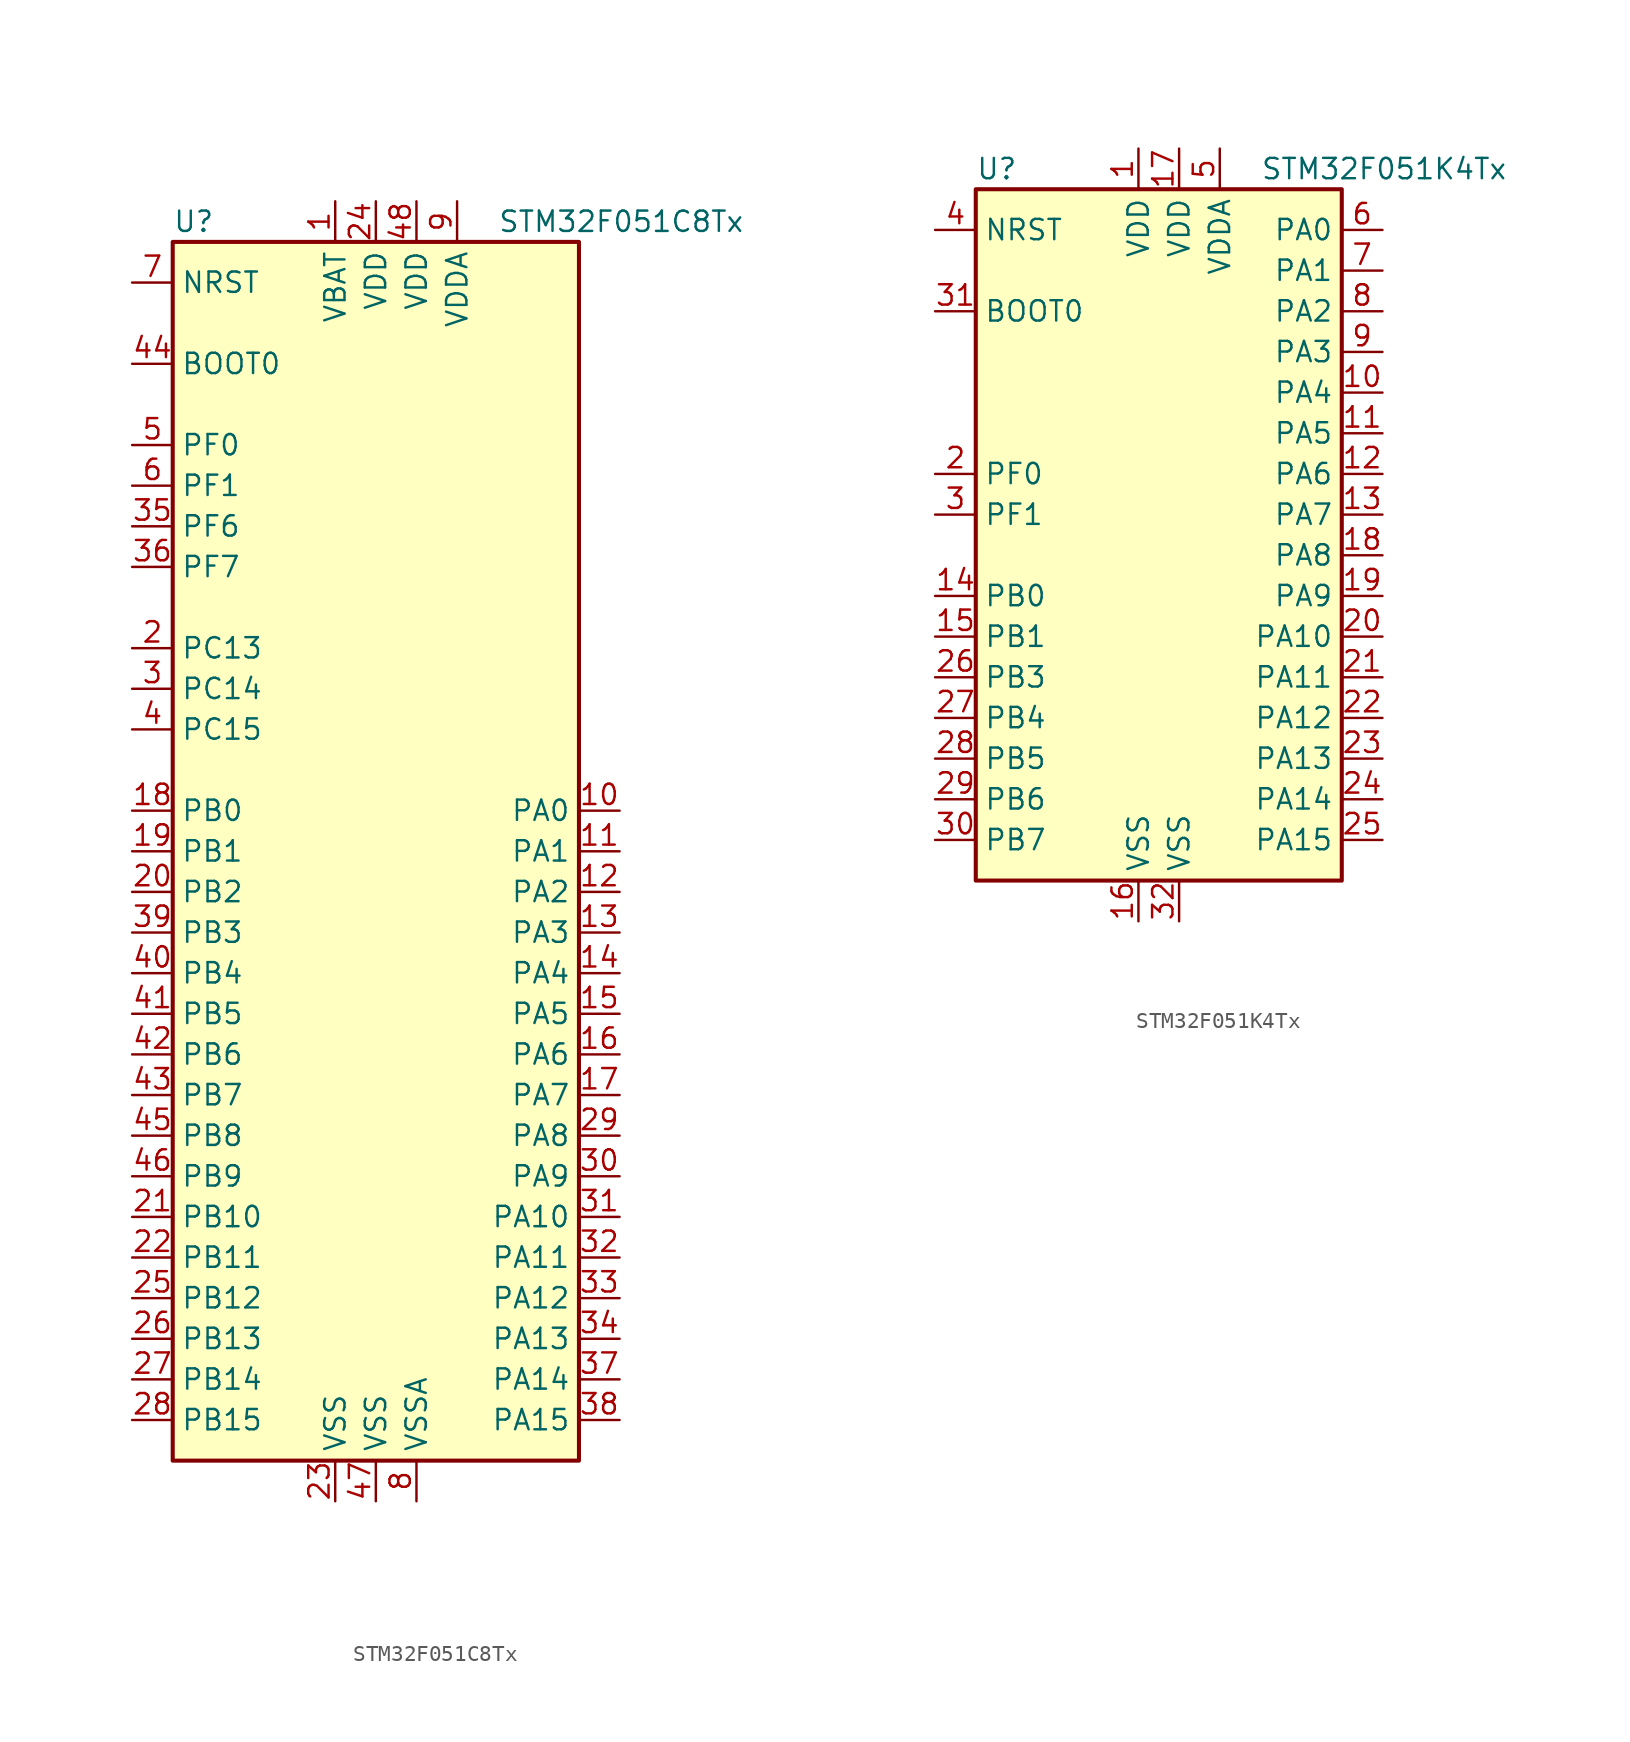
<source format=kicad_sym>
(kicad_symbol_lib
  (version 20201005)
  (generator kicad_symbol_editor)
  (symbol "MCU_ST_STM32F0:STM32F051C8Tx"
    (property "Reference" "U"
      (at -12.7 39.37 0)
      (effects (font (size 1.27 1.27)) (justify left)))
    (property "Value" "STM32F051C8Tx"
      (at 7.62 39.37 0)
      (effects (font (size 1.27 1.27)) (justify left)))
    (symbol "STM32F051C8Tx_0_1"
      (rectangle (start -12.7 -38.1) (end 12.7 38.1) (stroke (width 0.254)) (fill (type background))))
    (symbol "STM32F051C8Tx_1_1"
      (pin power_in line (at -2.54 40.64 270) (length 2.54) (name "VBAT" (effects (font (size 1.27 1.27)))) (number "1" (effects (font (size 1.27 1.27)))))
      (pin bidirectional line (at 15.24 2.54 180) (length 2.54) (name "PA0" (effects (font (size 1.27 1.27)))) (number "10" (effects (font (size 1.27 1.27)))))
      (pin bidirectional line (at 15.24 0 180) (length 2.54) (name "PA1" (effects (font (size 1.27 1.27)))) (number "11" (effects (font (size 1.27 1.27)))))
      (pin bidirectional line (at 15.24 -2.54 180) (length 2.54) (name "PA2" (effects (font (size 1.27 1.27)))) (number "12" (effects (font (size 1.27 1.27)))))
      (pin bidirectional line (at 15.24 -5.08 180) (length 2.54) (name "PA3" (effects (font (size 1.27 1.27)))) (number "13" (effects (font (size 1.27 1.27)))))
      (pin bidirectional line (at 15.24 -7.62 180) (length 2.54) (name "PA4" (effects (font (size 1.27 1.27)))) (number "14" (effects (font (size 1.27 1.27)))))
      (pin bidirectional line (at 15.24 -10.16 180) (length 2.54) (name "PA5" (effects (font (size 1.27 1.27)))) (number "15" (effects (font (size 1.27 1.27)))))
      (pin bidirectional line (at 15.24 -12.7 180) (length 2.54) (name "PA6" (effects (font (size 1.27 1.27)))) (number "16" (effects (font (size 1.27 1.27)))))
      (pin bidirectional line (at 15.24 -15.24 180) (length 2.54) (name "PA7" (effects (font (size 1.27 1.27)))) (number "17" (effects (font (size 1.27 1.27)))))
      (pin bidirectional line (at -15.24 2.54 0) (length 2.54) (name "PB0" (effects (font (size 1.27 1.27)))) (number "18" (effects (font (size 1.27 1.27)))))
      (pin bidirectional line (at -15.24 0 0) (length 2.54) (name "PB1" (effects (font (size 1.27 1.27)))) (number "19" (effects (font (size 1.27 1.27)))))
      (pin bidirectional line (at -15.24 12.7 0) (length 2.54) (name "PC13" (effects (font (size 1.27 1.27)))) (number "2" (effects (font (size 1.27 1.27)))))
      (pin bidirectional line (at -15.24 -2.54 0) (length 2.54) (name "PB2" (effects (font (size 1.27 1.27)))) (number "20" (effects (font (size 1.27 1.27)))))
      (pin bidirectional line (at -15.24 -22.86 0) (length 2.54) (name "PB10" (effects (font (size 1.27 1.27)))) (number "21" (effects (font (size 1.27 1.27)))))
      (pin bidirectional line (at -15.24 -25.4 0) (length 2.54) (name "PB11" (effects (font (size 1.27 1.27)))) (number "22" (effects (font (size 1.27 1.27)))))
      (pin power_in line (at -2.54 -40.64 90) (length 2.54) (name "VSS" (effects (font (size 1.27 1.27)))) (number "23" (effects (font (size 1.27 1.27)))))
      (pin power_in line (at 0 40.64 270) (length 2.54) (name "VDD" (effects (font (size 1.27 1.27)))) (number "24" (effects (font (size 1.27 1.27)))))
      (pin bidirectional line (at -15.24 -27.94 0) (length 2.54) (name "PB12" (effects (font (size 1.27 1.27)))) (number "25" (effects (font (size 1.27 1.27)))))
      (pin bidirectional line (at -15.24 -30.48 0) (length 2.54) (name "PB13" (effects (font (size 1.27 1.27)))) (number "26" (effects (font (size 1.27 1.27)))))
      (pin bidirectional line (at -15.24 -33.02 0) (length 2.54) (name "PB14" (effects (font (size 1.27 1.27)))) (number "27" (effects (font (size 1.27 1.27)))))
      (pin bidirectional line (at -15.24 -35.56 0) (length 2.54) (name "PB15" (effects (font (size 1.27 1.27)))) (number "28" (effects (font (size 1.27 1.27)))))
      (pin bidirectional line (at 15.24 -17.78 180) (length 2.54) (name "PA8" (effects (font (size 1.27 1.27)))) (number "29" (effects (font (size 1.27 1.27)))))
      (pin bidirectional line (at -15.24 10.16 0) (length 2.54) (name "PC14" (effects (font (size 1.27 1.27)))) (number "3" (effects (font (size 1.27 1.27)))))
      (pin bidirectional line (at 15.24 -20.32 180) (length 2.54) (name "PA9" (effects (font (size 1.27 1.27)))) (number "30" (effects (font (size 1.27 1.27)))))
      (pin bidirectional line (at 15.24 -22.86 180) (length 2.54) (name "PA10" (effects (font (size 1.27 1.27)))) (number "31" (effects (font (size 1.27 1.27)))))
      (pin bidirectional line (at 15.24 -25.4 180) (length 2.54) (name "PA11" (effects (font (size 1.27 1.27)))) (number "32" (effects (font (size 1.27 1.27)))))
      (pin bidirectional line (at 15.24 -27.94 180) (length 2.54) (name "PA12" (effects (font (size 1.27 1.27)))) (number "33" (effects (font (size 1.27 1.27)))))
      (pin bidirectional line (at 15.24 -30.48 180) (length 2.54) (name "PA13" (effects (font (size 1.27 1.27)))) (number "34" (effects (font (size 1.27 1.27)))))
      (pin bidirectional line (at -15.24 20.32 0) (length 2.54) (name "PF6" (effects (font (size 1.27 1.27)))) (number "35" (effects (font (size 1.27 1.27)))))
      (pin bidirectional line (at -15.24 17.78 0) (length 2.54) (name "PF7" (effects (font (size 1.27 1.27)))) (number "36" (effects (font (size 1.27 1.27)))))
      (pin bidirectional line (at 15.24 -33.02 180) (length 2.54) (name "PA14" (effects (font (size 1.27 1.27)))) (number "37" (effects (font (size 1.27 1.27)))))
      (pin bidirectional line (at 15.24 -35.56 180) (length 2.54) (name "PA15" (effects (font (size 1.27 1.27)))) (number "38" (effects (font (size 1.27 1.27)))))
      (pin bidirectional line (at -15.24 -5.08 0) (length 2.54) (name "PB3" (effects (font (size 1.27 1.27)))) (number "39" (effects (font (size 1.27 1.27)))))
      (pin bidirectional line (at -15.24 7.62 0) (length 2.54) (name "PC15" (effects (font (size 1.27 1.27)))) (number "4" (effects (font (size 1.27 1.27)))))
      (pin bidirectional line (at -15.24 -7.62 0) (length 2.54) (name "PB4" (effects (font (size 1.27 1.27)))) (number "40" (effects (font (size 1.27 1.27)))))
      (pin bidirectional line (at -15.24 -10.16 0) (length 2.54) (name "PB5" (effects (font (size 1.27 1.27)))) (number "41" (effects (font (size 1.27 1.27)))))
      (pin bidirectional line (at -15.24 -12.7 0) (length 2.54) (name "PB6" (effects (font (size 1.27 1.27)))) (number "42" (effects (font (size 1.27 1.27)))))
      (pin bidirectional line (at -15.24 -15.24 0) (length 2.54) (name "PB7" (effects (font (size 1.27 1.27)))) (number "43" (effects (font (size 1.27 1.27)))))
      (pin input line (at -15.24 30.48 0) (length 2.54) (name "BOOT0" (effects (font (size 1.27 1.27)))) (number "44" (effects (font (size 1.27 1.27)))))
      (pin bidirectional line (at -15.24 -17.78 0) (length 2.54) (name "PB8" (effects (font (size 1.27 1.27)))) (number "45" (effects (font (size 1.27 1.27)))))
      (pin bidirectional line (at -15.24 -20.32 0) (length 2.54) (name "PB9" (effects (font (size 1.27 1.27)))) (number "46" (effects (font (size 1.27 1.27)))))
      (pin power_in line (at 0 -40.64 90) (length 2.54) (name "VSS" (effects (font (size 1.27 1.27)))) (number "47" (effects (font (size 1.27 1.27)))))
      (pin power_in line (at 2.54 40.64 270) (length 2.54) (name "VDD" (effects (font (size 1.27 1.27)))) (number "48" (effects (font (size 1.27 1.27)))))
      (pin input line (at -15.24 25.4 0) (length 2.54) (name "PF0" (effects (font (size 1.27 1.27)))) (number "5" (effects (font (size 1.27 1.27)))))
      (pin input line (at -15.24 22.86 0) (length 2.54) (name "PF1" (effects (font (size 1.27 1.27)))) (number "6" (effects (font (size 1.27 1.27)))))
      (pin input line (at -15.24 35.56 0) (length 2.54) (name "NRST" (effects (font (size 1.27 1.27)))) (number "7" (effects (font (size 1.27 1.27)))))
      (pin power_in line (at 2.54 -40.64 90) (length 2.54) (name "VSSA" (effects (font (size 1.27 1.27)))) (number "8" (effects (font (size 1.27 1.27)))))
      (pin power_in line (at 5.08 40.64 270) (length 2.54) (name "VDDA" (effects (font (size 1.27 1.27)))) (number "9" (effects (font (size 1.27 1.27)))))))
  (symbol "MCU_ST_STM32F0:STM32F051K4Tx"
    (property "Reference" "U"
      (at -12.7 21.59 0)
      (effects (font (size 1.27 1.27)) (justify left)))
    (property "Value" "STM32F051K4Tx"
      (at 5.08 21.59 0)
      (effects (font (size 1.27 1.27)) (justify left)))
    (symbol "STM32F051K4Tx_0_1"
      (rectangle (start -12.7 -22.86) (end 10.16 20.32) (stroke (width 0.254)) (fill (type background))))
    (symbol "STM32F051K4Tx_1_1"
      (pin power_in line (at -2.54 22.86 270) (length 2.54) (name "VDD" (effects (font (size 1.27 1.27)))) (number "1" (effects (font (size 1.27 1.27)))))
      (pin bidirectional line (at 12.7 7.62 180) (length 2.54) (name "PA4" (effects (font (size 1.27 1.27)))) (number "10" (effects (font (size 1.27 1.27)))))
      (pin bidirectional line (at 12.7 5.08 180) (length 2.54) (name "PA5" (effects (font (size 1.27 1.27)))) (number "11" (effects (font (size 1.27 1.27)))))
      (pin bidirectional line (at 12.7 2.54 180) (length 2.54) (name "PA6" (effects (font (size 1.27 1.27)))) (number "12" (effects (font (size 1.27 1.27)))))
      (pin bidirectional line (at 12.7 0 180) (length 2.54) (name "PA7" (effects (font (size 1.27 1.27)))) (number "13" (effects (font (size 1.27 1.27)))))
      (pin bidirectional line (at -15.24 -5.08 0) (length 2.54) (name "PB0" (effects (font (size 1.27 1.27)))) (number "14" (effects (font (size 1.27 1.27)))))
      (pin bidirectional line (at -15.24 -7.62 0) (length 2.54) (name "PB1" (effects (font (size 1.27 1.27)))) (number "15" (effects (font (size 1.27 1.27)))))
      (pin power_in line (at -2.54 -25.4 90) (length 2.54) (name "VSS" (effects (font (size 1.27 1.27)))) (number "16" (effects (font (size 1.27 1.27)))))
      (pin power_in line (at 0 22.86 270) (length 2.54) (name "VDD" (effects (font (size 1.27 1.27)))) (number "17" (effects (font (size 1.27 1.27)))))
      (pin bidirectional line (at 12.7 -2.54 180) (length 2.54) (name "PA8" (effects (font (size 1.27 1.27)))) (number "18" (effects (font (size 1.27 1.27)))))
      (pin bidirectional line (at 12.7 -5.08 180) (length 2.54) (name "PA9" (effects (font (size 1.27 1.27)))) (number "19" (effects (font (size 1.27 1.27)))))
      (pin input line (at -15.24 2.54 0) (length 2.54) (name "PF0" (effects (font (size 1.27 1.27)))) (number "2" (effects (font (size 1.27 1.27)))))
      (pin bidirectional line (at 12.7 -7.62 180) (length 2.54) (name "PA10" (effects (font (size 1.27 1.27)))) (number "20" (effects (font (size 1.27 1.27)))))
      (pin bidirectional line (at 12.7 -10.16 180) (length 2.54) (name "PA11" (effects (font (size 1.27 1.27)))) (number "21" (effects (font (size 1.27 1.27)))))
      (pin bidirectional line (at 12.7 -12.7 180) (length 2.54) (name "PA12" (effects (font (size 1.27 1.27)))) (number "22" (effects (font (size 1.27 1.27)))))
      (pin bidirectional line (at 12.7 -15.24 180) (length 2.54) (name "PA13" (effects (font (size 1.27 1.27)))) (number "23" (effects (font (size 1.27 1.27)))))
      (pin bidirectional line (at 12.7 -17.78 180) (length 2.54) (name "PA14" (effects (font (size 1.27 1.27)))) (number "24" (effects (font (size 1.27 1.27)))))
      (pin bidirectional line (at 12.7 -20.32 180) (length 2.54) (name "PA15" (effects (font (size 1.27 1.27)))) (number "25" (effects (font (size 1.27 1.27)))))
      (pin bidirectional line (at -15.24 -10.16 0) (length 2.54) (name "PB3" (effects (font (size 1.27 1.27)))) (number "26" (effects (font (size 1.27 1.27)))))
      (pin bidirectional line (at -15.24 -12.7 0) (length 2.54) (name "PB4" (effects (font (size 1.27 1.27)))) (number "27" (effects (font (size 1.27 1.27)))))
      (pin bidirectional line (at -15.24 -15.24 0) (length 2.54) (name "PB5" (effects (font (size 1.27 1.27)))) (number "28" (effects (font (size 1.27 1.27)))))
      (pin bidirectional line (at -15.24 -17.78 0) (length 2.54) (name "PB6" (effects (font (size 1.27 1.27)))) (number "29" (effects (font (size 1.27 1.27)))))
      (pin input line (at -15.24 0 0) (length 2.54) (name "PF1" (effects (font (size 1.27 1.27)))) (number "3" (effects (font (size 1.27 1.27)))))
      (pin bidirectional line (at -15.24 -20.32 0) (length 2.54) (name "PB7" (effects (font (size 1.27 1.27)))) (number "30" (effects (font (size 1.27 1.27)))))
      (pin input line (at -15.24 12.7 0) (length 2.54) (name "BOOT0" (effects (font (size 1.27 1.27)))) (number "31" (effects (font (size 1.27 1.27)))))
      (pin power_in line (at 0 -25.4 90) (length 2.54) (name "VSS" (effects (font (size 1.27 1.27)))) (number "32" (effects (font (size 1.27 1.27)))))
      (pin input line (at -15.24 17.78 0) (length 2.54) (name "NRST" (effects (font (size 1.27 1.27)))) (number "4" (effects (font (size 1.27 1.27)))))
      (pin power_in line (at 2.54 22.86 270) (length 2.54) (name "VDDA" (effects (font (size 1.27 1.27)))) (number "5" (effects (font (size 1.27 1.27)))))
      (pin bidirectional line (at 12.7 17.78 180) (length 2.54) (name "PA0" (effects (font (size 1.27 1.27)))) (number "6" (effects (font (size 1.27 1.27)))))
      (pin bidirectional line (at 12.7 15.24 180) (length 2.54) (name "PA1" (effects (font (size 1.27 1.27)))) (number "7" (effects (font (size 1.27 1.27)))))
      (pin bidirectional line (at 12.7 12.7 180) (length 2.54) (name "PA2" (effects (font (size 1.27 1.27)))) (number "8" (effects (font (size 1.27 1.27)))))
      (pin bidirectional line (at 12.7 10.16 180) (length 2.54) (name "PA3" (effects (font (size 1.27 1.27)))) (number "9" (effects (font (size 1.27 1.27))))))))
</source>
